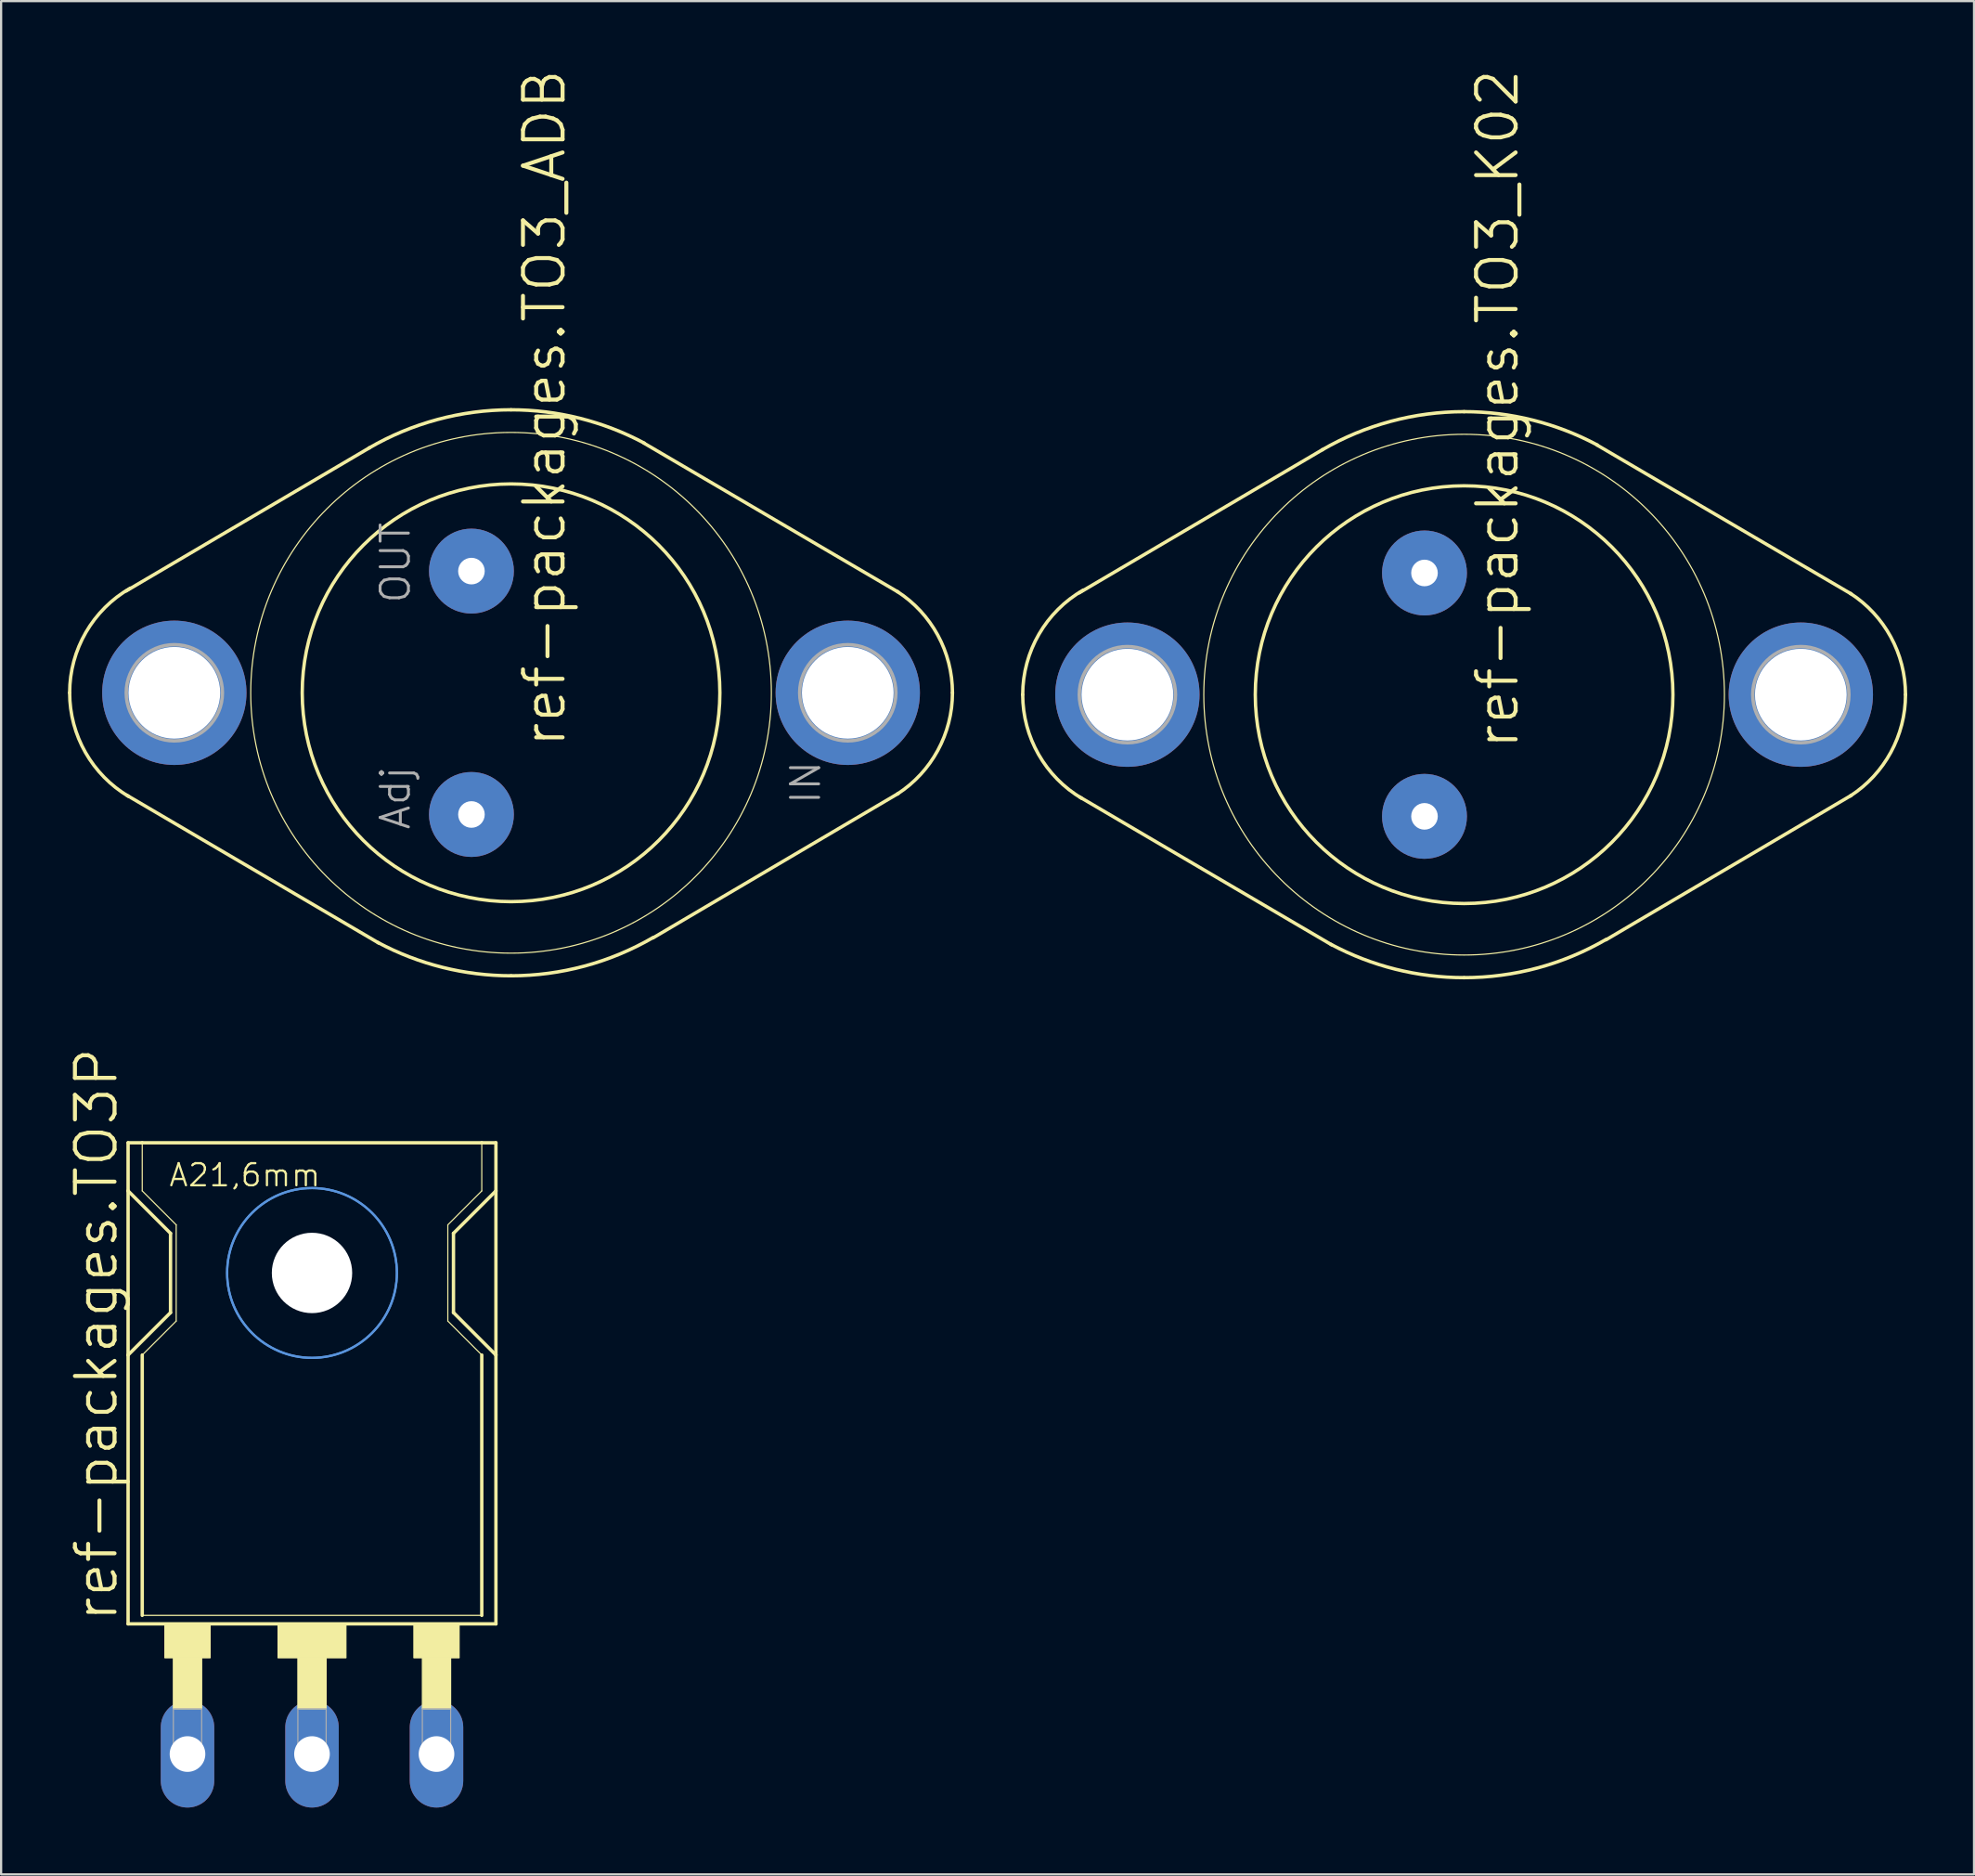
<source format=kicad_pcb>
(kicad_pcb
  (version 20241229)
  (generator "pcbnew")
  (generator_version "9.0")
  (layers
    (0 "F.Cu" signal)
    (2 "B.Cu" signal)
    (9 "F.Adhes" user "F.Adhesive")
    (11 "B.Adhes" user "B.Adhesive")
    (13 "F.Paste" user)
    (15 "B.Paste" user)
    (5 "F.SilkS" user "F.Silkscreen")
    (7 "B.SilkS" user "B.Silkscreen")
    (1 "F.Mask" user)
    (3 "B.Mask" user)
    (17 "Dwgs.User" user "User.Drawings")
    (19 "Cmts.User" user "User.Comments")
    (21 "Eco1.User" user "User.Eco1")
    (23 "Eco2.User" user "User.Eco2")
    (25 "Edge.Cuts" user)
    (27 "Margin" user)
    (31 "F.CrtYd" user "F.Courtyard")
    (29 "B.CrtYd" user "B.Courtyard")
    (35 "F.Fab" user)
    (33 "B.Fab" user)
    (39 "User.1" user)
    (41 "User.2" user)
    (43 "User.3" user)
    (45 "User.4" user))
  (footprint "ref-packages.TO3_ADB"
    (layer "F.Cu")
    (at 19.888 28.04)
    (property "Reference" "ref-packages.TO3_ADB" (at 2.54 2.54 90) (layer "F.SilkS") (effects (font (size 1.778 1.778) (thickness 0.18)) (justify left bottom)))
    (attr through_hole)
    (fp_line (start -6.35 -10.998) (end -17.272 -4.572) (stroke (width 0.152) (type default)) (layer "F.SilkS"))
    (fp_line (start -5.944 11.227) (end -17.247 4.597) (stroke (width 0.152) (type default)) (layer "F.SilkS"))
    (fp_line (start 5.969 -11.201) (end 17.374 -4.521) (stroke (width 0.152) (type default)) (layer "F.SilkS"))
    (fp_line (start 6.375 10.998) (end 17.374 4.521) (stroke (width 0.152) (type default)) (layer "F.SilkS"))
    (fp_arc (start -19.812 0) (mid -19.08306 -2.712168) (end -17.0927 -4.6935) (stroke (width 0.1524) (type default)) (layer "F.SilkS"))
    (fp_arc (start -17.1555 4.657) (mid -19.101186 2.680705) (end -19.812 0) (stroke (width 0.1524) (type default)) (layer "F.SilkS"))
    (fp_arc (start -6.3718 -10.9859) (mid -3.299165 -12.263989) (end 0 -12.7) (stroke (width 0.1524) (type default)) (layer "F.SilkS"))
    (fp_arc (start 0 -12.7) (mid 3.080216 -12.320822) (end 5.9765 -11.2059) (stroke (width 0.1524) (type default)) (layer "F.SilkS"))
    (fp_arc (start 0 12.7) (mid -3.080216 12.320822) (end -5.9765 11.2059) (stroke (width 0.1524) (type default)) (layer "F.SilkS"))
    (fp_arc (start 6.3718 10.9859) (mid 3.299165 12.263989) (end 0 12.7) (stroke (width 0.1524) (type default)) (layer "F.SilkS"))
    (fp_arc (start 17.3366 -4.545) (mid 19.153012 -2.587691) (end 19.812 0) (stroke (width 0.1524) (type default)) (layer "F.SilkS"))
    (fp_arc (start 19.812 0) (mid 19.153012 2.587691) (end 17.3366 4.545) (stroke (width 0.1524) (type default)) (layer "F.SilkS"))
    (fp_circle (center 0 0) (end 9.373 0) (stroke (width 0.152) (type default)) (fill no) (layer "F.SilkS"))
    (fp_circle (center 0 0) (end 11.684 0) (stroke (width 0.051) (type default)) (fill no) (layer "F.SilkS"))
    (fp_circle (center -15.113 0) (end -12.954 0) (stroke (width 0.152) (type default)) (fill no) (layer "F.Fab"))
    (fp_circle (center 15.113 0) (end 17.272 0) (stroke (width 0.152) (type default)) (fill no) (layer "F.Fab"))
    (fp_text user "OUT" (at -4.445 -3.937 90) (layer "F.Fab") (effects (font (size 1.27 1.27) (thickness 0.13)) (justify left bottom)))
    (fp_text user "Adj" (at -4.445 6.223 90) (layer "F.Fab") (effects (font (size 1.27 1.27) (thickness 0.13)) (justify left bottom)))
    (fp_text user "IN" (at 13.97 5.08 90) (layer "F.Fab") (effects (font (size 1.27 1.27) (thickness 0.13)) (justify left bottom)))
    (pad "1" thru_hole circle (at -1.778 5.461) (size 3.81 3.81) (drill 1.194) (layers "*.Cu" "*.Mask"))
    (pad "2" thru_hole circle (at -1.778 -5.461) (size 3.81 3.81) (drill 1.194) (layers "*.Cu" "*.Mask"))
    (pad "3" thru_hole circle (at 15.113 0) (size 6.477 6.477) (drill 4.115) (layers "*.Cu" "*.Mask"))
    (pad "3@" thru_hole circle (at -15.113 0) (size 6.477 6.477) (drill 4.115) (layers "*.Cu" "*.Mask")))
  (footprint "ref-packages.TO3P"
    (layer "F.Cu")
    (at 10.954 68.046)
    (property "Reference" "ref-packages.TO3P" (at -8.636 1.778 90) (layer "F.SilkS") (effects (font (size 1.778 1.778) (thickness 0.18)) (justify left bottom)))
    (attr through_hole)
    (fp_line (start -8.255 -17.653) (end -8.255 -19.812) (stroke (width 0.152) (type default)) (layer "F.SilkS"))
    (fp_line (start -8.255 -17.653) (end -6.35 -15.748) (stroke (width 0.152) (type default)) (layer "F.SilkS"))
    (fp_line (start -8.255 -10.287) (end -8.255 -17.653) (stroke (width 0.152) (type default)) (layer "F.SilkS"))
    (fp_line (start -8.255 -10.287) (end -6.35 -12.192) (stroke (width 0.152) (type default)) (layer "F.SilkS"))
    (fp_line (start -8.255 1.778) (end -8.255 -10.287) (stroke (width 0.152) (type default)) (layer "F.SilkS"))
    (fp_line (start -8.255 1.778) (end 8.255 1.778) (stroke (width 0.152) (type default)) (layer "F.SilkS"))
    (fp_line (start -7.62 -19.812) (end -8.255 -19.812) (stroke (width 0.152) (type default)) (layer "F.SilkS"))
    (fp_line (start -7.62 -19.812) (end -7.62 -17.653) (stroke (width 0.051) (type default)) (layer "F.SilkS"))
    (fp_line (start -7.62 -10.287) (end -7.62 1.397) (stroke (width 0.152) (type default)) (layer "F.SilkS"))
    (fp_line (start -7.62 -10.287) (end -6.096 -11.811) (stroke (width 0.051) (type default)) (layer "F.SilkS"))
    (fp_line (start -7.62 1.397) (end 7.62 1.397) (stroke (width 0.051) (type default)) (layer "F.SilkS"))
    (fp_line (start -6.35 -12.192) (end -6.35 -15.748) (stroke (width 0.152) (type default)) (layer "F.SilkS"))
    (fp_line (start -6.096 -16.129) (end -7.62 -17.653) (stroke (width 0.051) (type default)) (layer "F.SilkS"))
    (fp_line (start -6.096 -16.129) (end -6.096 -11.811) (stroke (width 0.051) (type default)) (layer "F.SilkS"))
    (fp_line (start 6.096 -16.129) (end 6.096 -11.811) (stroke (width 0.051) (type default)) (layer "F.SilkS"))
    (fp_line (start 6.35 -15.748) (end 8.255 -17.653) (stroke (width 0.152) (type default)) (layer "F.SilkS"))
    (fp_line (start 6.35 -12.192) (end 6.35 -15.748) (stroke (width 0.152) (type default)) (layer "F.SilkS"))
    (fp_line (start 7.62 -19.812) (end -7.62 -19.812) (stroke (width 0.152) (type default)) (layer "F.SilkS"))
    (fp_line (start 7.62 -19.812) (end 7.62 -17.653) (stroke (width 0.051) (type default)) (layer "F.SilkS"))
    (fp_line (start 7.62 -17.653) (end 6.096 -16.129) (stroke (width 0.051) (type default)) (layer "F.SilkS"))
    (fp_line (start 7.62 -10.287) (end 6.096 -11.811) (stroke (width 0.051) (type default)) (layer "F.SilkS"))
    (fp_line (start 7.62 -10.287) (end 7.62 1.397) (stroke (width 0.152) (type default)) (layer "F.SilkS"))
    (fp_line (start 8.255 -19.812) (end 7.62 -19.812) (stroke (width 0.152) (type default)) (layer "F.SilkS"))
    (fp_line (start 8.255 -19.812) (end 8.255 -17.653) (stroke (width 0.152) (type default)) (layer "F.SilkS"))
    (fp_line (start 8.255 -17.653) (end 8.255 -10.287) (stroke (width 0.152) (type default)) (layer "F.SilkS"))
    (fp_line (start 8.255 -10.287) (end 6.35 -12.192) (stroke (width 0.152) (type default)) (layer "F.SilkS"))
    (fp_line (start 8.255 -10.287) (end 8.255 1.778) (stroke (width 0.152) (type default)) (layer "F.SilkS"))
    (fp_rect (start -6.604 3.302) (end -4.572 1.778) (stroke (width 0.05) (type default)) (fill yes) (layer "F.SilkS"))
    (fp_rect (start -6.223 5.588) (end -4.953 3.302) (stroke (width 0.05) (type default)) (fill yes) (layer "F.SilkS"))
    (fp_rect (start -1.524 3.302) (end 1.524 1.778) (stroke (width 0.05) (type default)) (fill yes) (layer "F.SilkS"))
    (fp_rect (start -0.635 5.588) (end 0.635 3.302) (stroke (width 0.05) (type default)) (fill yes) (layer "F.SilkS"))
    (fp_rect (start 4.572 3.302) (end 6.604 1.778) (stroke (width 0.05) (type default)) (fill yes) (layer "F.SilkS"))
    (fp_rect (start 4.953 5.588) (end 6.223 3.302) (stroke (width 0.05) (type default)) (fill yes) (layer "F.SilkS"))
    (fp_circle (center 0 -13.97) (end 1.651 -13.97) (stroke (width 0.152) (type default)) (fill no) (layer "F.SilkS"))
    (fp_circle (center 0 -13.97) (end 3.81 -13.97) (stroke (width 0.1) (type default)) (fill no) (layer "Cmts.User"))
    (fp_circle (center 0 -13.97) (end 3.81 -13.97) (stroke (width 0.1) (type default)) (fill no) (layer "Cmts.User"))
    (fp_rect (start -6.223 7.493) (end -4.953 5.588) (stroke (width 0.05) (type default)) (fill no) (layer "F.Fab"))
    (fp_rect (start -0.635 7.493) (end 0.635 5.588) (stroke (width 0.05) (type default)) (fill no) (layer "F.Fab"))
    (fp_rect (start 4.953 7.493) (end 6.223 5.588) (stroke (width 0.05) (type default)) (fill no) (layer "F.Fab"))
    (fp_text user "A21,6mm" (at -6.477 -17.78 0) (layer "F.SilkS") (effects (font (size 0.991 0.991) (thickness 0.1)) (justify left bottom)))
    (pad "" np_thru_hole circle (at 0 -13.97) (size 3.607 3.607) (drill 3.607) (layers "*.Cu" "*.Mask"))
    (pad "1" thru_hole oval (at -5.588 7.62 90) (size 4.801 2.4) (drill 1.6) (layers "*.Cu" "*.Mask"))
    (pad "2" thru_hole oval (at 0 7.62 90) (size 4.801 2.4) (drill 1.6) (layers "*.Cu" "*.Mask"))
    (pad "3" thru_hole oval (at 5.588 7.62 90) (size 4.801 2.4) (drill 1.6) (layers "*.Cu" "*.Mask")))
  (footprint "ref-packages.TO3_K02"
    (layer "F.Cu")
    (at 62.665 28.124)
    (property "Reference" "ref-packages.TO3_K02" (at 2.54 2.54 90) (layer "F.SilkS") (effects (font (size 1.778 1.778) (thickness 0.18)) (justify left bottom)))
    (attr through_hole)
    (fp_line (start -6.35 -10.998) (end -17.272 -4.572) (stroke (width 0.152) (type default)) (layer "F.SilkS"))
    (fp_line (start -5.944 11.227) (end -17.247 4.597) (stroke (width 0.152) (type default)) (layer "F.SilkS"))
    (fp_line (start 5.969 -11.201) (end 17.374 -4.521) (stroke (width 0.152) (type default)) (layer "F.SilkS"))
    (fp_line (start 6.375 10.998) (end 17.374 4.521) (stroke (width 0.152) (type default)) (layer "F.SilkS"))
    (fp_arc (start -19.812 0) (mid -19.08306 -2.712168) (end -17.0927 -4.6935) (stroke (width 0.1524) (type default)) (layer "F.SilkS"))
    (fp_arc (start -17.1555 4.657) (mid -19.101186 2.680705) (end -19.812 0) (stroke (width 0.1524) (type default)) (layer "F.SilkS"))
    (fp_arc (start -6.3718 -10.9859) (mid -3.299165 -12.263989) (end 0 -12.7) (stroke (width 0.1524) (type default)) (layer "F.SilkS"))
    (fp_arc (start 0 -12.7) (mid 3.080216 -12.320822) (end 5.9765 -11.2059) (stroke (width 0.1524) (type default)) (layer "F.SilkS"))
    (fp_arc (start 0 12.7) (mid -3.080216 12.320822) (end -5.9765 11.2059) (stroke (width 0.1524) (type default)) (layer "F.SilkS"))
    (fp_arc (start 6.3718 10.9859) (mid 3.299165 12.263989) (end 0 12.7) (stroke (width 0.1524) (type default)) (layer "F.SilkS"))
    (fp_arc (start 17.3366 -4.545) (mid 19.153012 -2.587691) (end 19.812 0) (stroke (width 0.1524) (type default)) (layer "F.SilkS"))
    (fp_arc (start 19.812 0) (mid 19.153012 2.587691) (end 17.3366 4.545) (stroke (width 0.1524) (type default)) (layer "F.SilkS"))
    (fp_circle (center 0 0) (end 9.373 0) (stroke (width 0.152) (type default)) (fill no) (layer "F.SilkS"))
    (fp_circle (center 0 0) (end 11.684 0) (stroke (width 0.051) (type default)) (fill no) (layer "F.SilkS"))
    (fp_circle (center -15.113 0) (end -12.954 0) (stroke (width 0.152) (type default)) (fill no) (layer "F.Fab"))
    (fp_circle (center 15.113 0) (end 17.272 0) (stroke (width 0.152) (type default)) (fill no) (layer "F.Fab"))
    (pad "1" thru_hole circle (at -1.778 5.461) (size 3.81 3.81) (drill 1.194) (layers "*.Cu" "*.Mask"))
    (pad "2" thru_hole circle (at -1.778 -5.461) (size 3.81 3.81) (drill 1.194) (layers "*.Cu" "*.Mask"))
    (pad "3" thru_hole circle (at 15.113 0) (size 6.477 6.477) (drill 4.115) (layers "*.Cu" "*.Mask"))
    (pad "3@" thru_hole circle (at -15.113 0) (size 6.477 6.477) (drill 4.115) (layers "*.Cu" "*.Mask")))
  (gr_rect
    (start -3 -3)
    (end 85.553 81.066)
    (stroke (width 0.1) (type default))
    (fill no)
    (layer "Edge.Cuts")))
</source>
